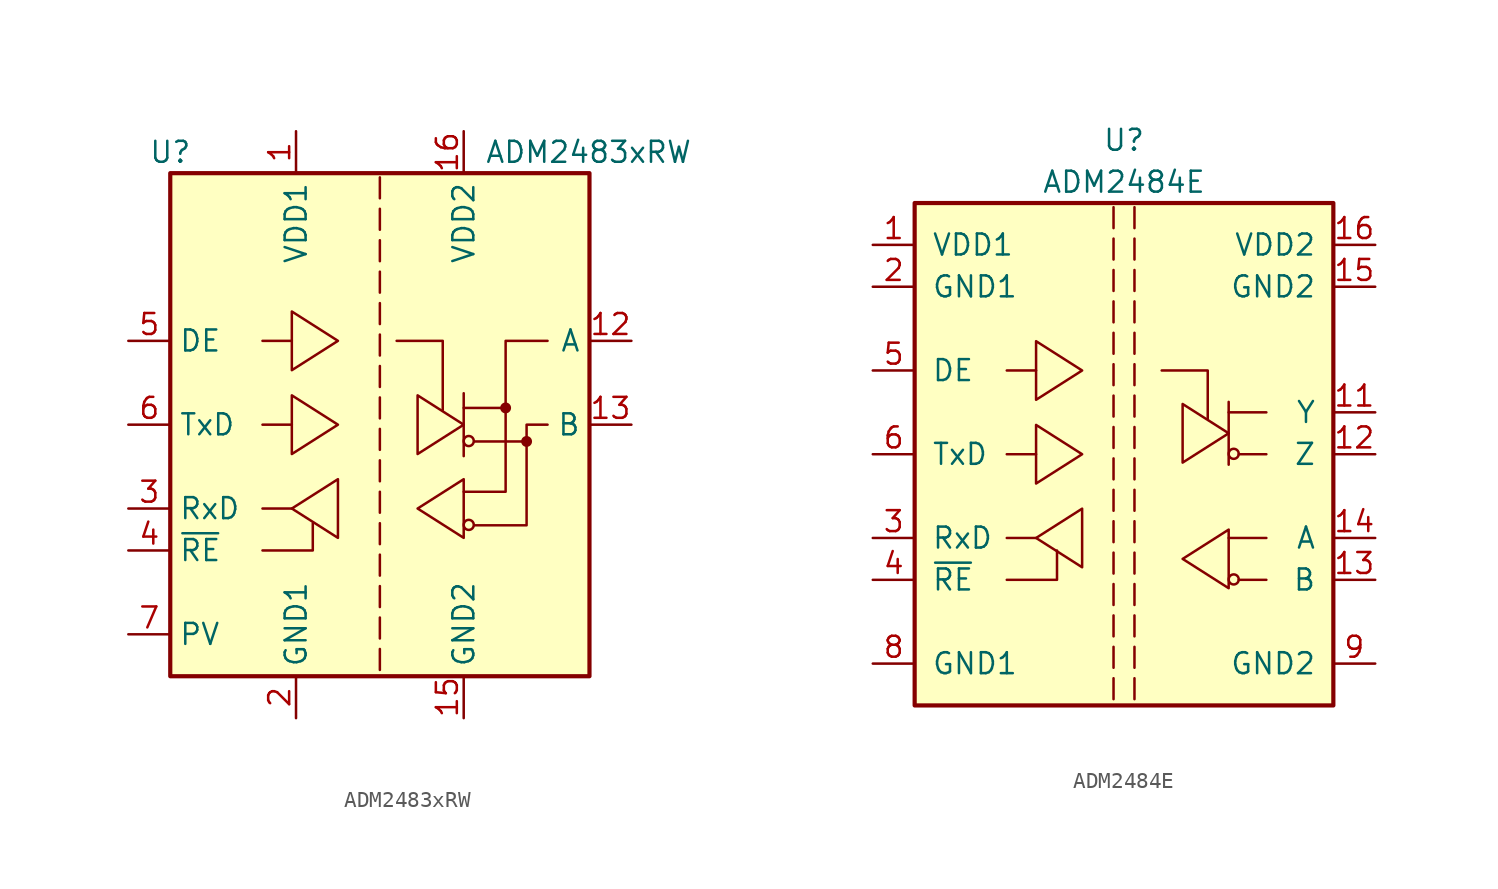
<source format=kicad_sym>
(kicad_symbol_lib
  (version 20220914)
  (generator kicad_symbol_editor)
  (symbol "ADM2483xRW"
    (property "Reference" "U"
      (at -12.7 16.51 0)
      (effects (font (size 1.27 1.27))))
    (property "Value" "ADM2483xRW"
      (at 6.35 16.51 0)
      (effects (font (size 1.27 1.27)) (justify left)))
    (symbol "ADM2483xRW_0_0"
      (polyline (pts (xy 0 -13.589) (xy 0 -14.859)) (stroke (width 0) (type default)) (fill (type none)))
      (polyline (pts (xy 0 -11.684) (xy 0 -12.954)) (stroke (width 0) (type default)) (fill (type none)))
      (polyline (pts (xy 0 -9.779) (xy 0 -11.049)) (stroke (width 0) (type default)) (fill (type none)))
      (polyline (pts (xy 0 -7.874) (xy 0 -9.144)) (stroke (width 0) (type default)) (fill (type none)))
      (polyline (pts (xy 0 -5.969) (xy 0 -7.239)) (stroke (width 0) (type default)) (fill (type none)))
      (polyline (pts (xy 0 -4.064) (xy 0 -5.334)) (stroke (width 0) (type default)) (fill (type none)))
      (polyline (pts (xy 0 -2.159) (xy 0 -3.429)) (stroke (width 0) (type default)) (fill (type none)))
      (polyline (pts (xy 0 -0.254) (xy 0 -1.524)) (stroke (width 0) (type default)) (fill (type none)))
      (polyline (pts (xy 0 1.651) (xy 0 0.381)) (stroke (width 0) (type default)) (fill (type none)))
      (polyline (pts (xy 0 3.556) (xy 0 2.286)) (stroke (width 0) (type default)) (fill (type none)))
      (polyline (pts (xy 0 5.461) (xy 0 4.191)) (stroke (width 0) (type default)) (fill (type none)))
      (polyline (pts (xy 0 7.366) (xy 0 6.096)) (stroke (width 0) (type default)) (fill (type none)))
      (polyline (pts (xy 0 9.271) (xy 0 8.001)) (stroke (width 0) (type default)) (fill (type none)))
      (polyline (pts (xy 0 11.176) (xy 0 9.906)) (stroke (width 0) (type default)) (fill (type none)))
      (polyline (pts (xy 0 13.081) (xy 0 11.811)) (stroke (width 0) (type default)) (fill (type none)))
      (polyline (pts (xy 0 14.986) (xy 0 13.716)) (stroke (width 0) (type default)) (fill (type none))))
    (symbol "ADM2483xRW_0_1"
      (rectangle (start -12.7 15.24) (end 12.7 -15.24) (stroke (width 0.254) (type default)) (fill (type background)))
      (polyline (pts (xy -5.334 -5.08) (xy -7.112 -5.08)) (stroke (width 0) (type default)) (fill (type none)))
      (polyline (pts (xy -5.334 0) (xy -7.112 0)) (stroke (width 0) (type default)) (fill (type none)))
      (polyline (pts (xy -5.334 5.08) (xy -7.112 5.08)) (stroke (width 0) (type default)) (fill (type none)))
      (polyline (pts (xy 5.08 1.016) (xy 7.62 1.016)) (stroke (width 0) (type default)) (fill (type none)))
      (polyline (pts (xy 5.08 1.905) (xy 5.08 -1.905)) (stroke (width 0) (type default)) (fill (type none)))
      (polyline (pts (xy 5.715 -1.016) (xy 8.89 -1.016)) (stroke (width 0) (type default)) (fill (type none)))
      (polyline (pts (xy -7.112 -7.62) (xy -4.064 -7.62) (xy -4.064 -5.969)) (stroke (width 0) (type default)) (fill (type none)))
      (polyline (pts (xy 1.016 5.08) (xy 3.81 5.08) (xy 3.81 0.889)) (stroke (width 0) (type default)) (fill (type none)))
      (polyline (pts (xy -5.334 -5.08) (xy -2.54 -3.302) (xy -2.54 -6.858) (xy -5.334 -5.08)) (stroke (width 0) (type default)) (fill (type none)))
      (polyline (pts (xy -2.54 0) (xy -5.334 1.778) (xy -5.334 -1.778) (xy -2.54 0)) (stroke (width 0) (type default)) (fill (type none)))
      (polyline (pts (xy -2.54 5.08) (xy -5.334 6.858) (xy -5.334 3.302) (xy -2.54 5.08)) (stroke (width 0) (type default)) (fill (type none)))
      (polyline (pts (xy 2.286 -5.08) (xy 5.08 -3.302) (xy 5.08 -6.858) (xy 2.286 -5.08)) (stroke (width 0) (type default)) (fill (type none)))
      (polyline (pts (xy 5.08 -4.064) (xy 7.62 -4.064) (xy 7.62 5.08) (xy 10.16 5.08)) (stroke (width 0) (type default)) (fill (type none)))
      (polyline (pts (xy 5.08 0) (xy 2.286 1.778) (xy 2.286 -1.778) (xy 5.08 0)) (stroke (width 0) (type default)) (fill (type none)))
      (polyline (pts (xy 5.715 -6.096) (xy 8.89 -6.096) (xy 8.89 0) (xy 10.16 0)) (stroke (width 0) (type default)) (fill (type none)))
      (circle (center 5.385 -6.071) (radius 0.305) (stroke (width 0) (type default)) (fill (type none)))
      (circle (center 5.385 -0.991) (radius 0.305) (stroke (width 0) (type default)) (fill (type none)))
      (circle (center 7.62 1.016) (radius 0.254) (stroke (width 0) (type default)) (fill (type outline)))
      (circle (center 8.89 -1.016) (radius 0.254) (stroke (width 0) (type default)) (fill (type outline))))
    (symbol "ADM2483xRW_1_1"
      (pin power_in line (at -5.08 17.78 270) (length 2.54) (name "VDD1" (effects (font (size 1.27 1.27)))) (number "1" (effects (font (size 1.27 1.27)))))
      (pin no_connect line (at 7.62 -15.24 90) (length 2.54) hide (name "NC" (effects (font (size 1.27 1.27)))) (number "10" (effects (font (size 1.27 1.27)))))
      (pin no_connect line (at 12.7 -7.62 180) (length 2.54) hide (name "NC" (effects (font (size 1.27 1.27)))) (number "11" (effects (font (size 1.27 1.27)))))
      (pin bidirectional line (at 15.24 5.08 180) (length 2.54) (name "A" (effects (font (size 1.27 1.27)))) (number "12" (effects (font (size 1.27 1.27)))))
      (pin bidirectional line (at 15.24 0 180) (length 2.54) (name "B" (effects (font (size 1.27 1.27)))) (number "13" (effects (font (size 1.27 1.27)))))
      (pin no_connect line (at 12.7 7.62 180) (length 2.54) hide (name "NC" (effects (font (size 1.27 1.27)))) (number "14" (effects (font (size 1.27 1.27)))))
      (pin power_in line (at 5.08 -17.78 90) (length 2.54) (name "GND2" (effects (font (size 1.27 1.27)))) (number "15" (effects (font (size 1.27 1.27)))))
      (pin power_in line (at 5.08 17.78 270) (length 2.54) (name "VDD2" (effects (font (size 1.27 1.27)))) (number "16" (effects (font (size 1.27 1.27)))))
      (pin power_in line (at -5.08 -17.78 90) (length 2.54) (name "GND1" (effects (font (size 1.27 1.27)))) (number "2" (effects (font (size 1.27 1.27)))))
      (pin output line (at -15.24 -5.08 0) (length 2.54) (name "RxD" (effects (font (size 1.27 1.27)))) (number "3" (effects (font (size 1.27 1.27)))))
      (pin input line (at -15.24 -7.62 0) (length 2.54) (name "~{RE}" (effects (font (size 1.27 1.27)))) (number "4" (effects (font (size 1.27 1.27)))))
      (pin input line (at -15.24 5.08 0) (length 2.54) (name "DE" (effects (font (size 1.27 1.27)))) (number "5" (effects (font (size 1.27 1.27)))))
      (pin input line (at -15.24 0 0) (length 2.54) (name "TxD" (effects (font (size 1.27 1.27)))) (number "6" (effects (font (size 1.27 1.27)))))
      (pin input line (at -15.24 -12.7 0) (length 2.54) (name "PV" (effects (font (size 1.27 1.27)))) (number "7" (effects (font (size 1.27 1.27)))))
      (pin passive line (at -5.08 -17.78 90) (length 2.54) hide (name "GND1" (effects (font (size 1.27 1.27)))) (number "8" (effects (font (size 1.27 1.27)))))
      (pin passive line (at 5.08 -17.78 90) (length 2.54) hide (name "GND2" (effects (font (size 1.27 1.27)))) (number "9" (effects (font (size 1.27 1.27)))))))
  (symbol "ADM2484E"
    (pin_names
      (offset 1.016))
    (property "Reference" "U"
      (at 0 19.05 0)
      (effects (font (size 1.27 1.27))))
    (property "Value" "ADM2484E"
      (at 0 16.51 0)
      (effects (font (size 1.27 1.27))))
    (symbol "ADM2484E_0_0"
      (polyline (pts (xy -0.635 -13.589) (xy -0.635 -14.859)) (stroke (width 0) (type default)) (fill (type none)))
      (polyline (pts (xy -0.635 -11.684) (xy -0.635 -12.954)) (stroke (width 0) (type default)) (fill (type none)))
      (polyline (pts (xy -0.635 -9.779) (xy -0.635 -11.049)) (stroke (width 0) (type default)) (fill (type none)))
      (polyline (pts (xy -0.635 -7.874) (xy -0.635 -9.144)) (stroke (width 0) (type default)) (fill (type none)))
      (polyline (pts (xy -0.635 -5.969) (xy -0.635 -7.239)) (stroke (width 0) (type default)) (fill (type none)))
      (polyline (pts (xy -0.635 -4.064) (xy -0.635 -5.334)) (stroke (width 0) (type default)) (fill (type none)))
      (polyline (pts (xy -0.635 -2.159) (xy -0.635 -3.429)) (stroke (width 0) (type default)) (fill (type none)))
      (polyline (pts (xy -0.635 -0.254) (xy -0.635 -1.524)) (stroke (width 0) (type default)) (fill (type none)))
      (polyline (pts (xy -0.635 1.651) (xy -0.635 0.381)) (stroke (width 0) (type default)) (fill (type none)))
      (polyline (pts (xy -0.635 3.556) (xy -0.635 2.286)) (stroke (width 0) (type default)) (fill (type none)))
      (polyline (pts (xy -0.635 5.461) (xy -0.635 4.191)) (stroke (width 0) (type default)) (fill (type none)))
      (polyline (pts (xy -0.635 7.366) (xy -0.635 6.096)) (stroke (width 0) (type default)) (fill (type none)))
      (polyline (pts (xy -0.635 9.271) (xy -0.635 8.001)) (stroke (width 0) (type default)) (fill (type none)))
      (polyline (pts (xy -0.635 11.176) (xy -0.635 9.906)) (stroke (width 0) (type default)) (fill (type none)))
      (polyline (pts (xy -0.635 13.081) (xy -0.635 11.811)) (stroke (width 0) (type default)) (fill (type none)))
      (polyline (pts (xy -0.635 14.986) (xy -0.635 13.716)) (stroke (width 0) (type default)) (fill (type none)))
      (polyline (pts (xy 0.635 -13.589) (xy 0.635 -14.859)) (stroke (width 0) (type default)) (fill (type none)))
      (polyline (pts (xy 0.635 -11.684) (xy 0.635 -12.954)) (stroke (width 0) (type default)) (fill (type none)))
      (polyline (pts (xy 0.635 -9.779) (xy 0.635 -11.049)) (stroke (width 0) (type default)) (fill (type none)))
      (polyline (pts (xy 0.635 -7.874) (xy 0.635 -9.144)) (stroke (width 0) (type default)) (fill (type none)))
      (polyline (pts (xy 0.635 -5.969) (xy 0.635 -7.239)) (stroke (width 0) (type default)) (fill (type none)))
      (polyline (pts (xy 0.635 -4.064) (xy 0.635 -5.334)) (stroke (width 0) (type default)) (fill (type none)))
      (polyline (pts (xy 0.635 -2.159) (xy 0.635 -3.429)) (stroke (width 0) (type default)) (fill (type none)))
      (polyline (pts (xy 0.635 -0.254) (xy 0.635 -1.524)) (stroke (width 0) (type default)) (fill (type none)))
      (polyline (pts (xy 0.635 1.651) (xy 0.635 0.381)) (stroke (width 0) (type default)) (fill (type none)))
      (polyline (pts (xy 0.635 3.556) (xy 0.635 2.286)) (stroke (width 0) (type default)) (fill (type none)))
      (polyline (pts (xy 0.635 5.461) (xy 0.635 4.191)) (stroke (width 0) (type default)) (fill (type none)))
      (polyline (pts (xy 0.635 7.366) (xy 0.635 6.096)) (stroke (width 0) (type default)) (fill (type none)))
      (polyline (pts (xy 0.635 9.271) (xy 0.635 8.001)) (stroke (width 0) (type default)) (fill (type none)))
      (polyline (pts (xy 0.635 11.176) (xy 0.635 9.906)) (stroke (width 0) (type default)) (fill (type none)))
      (polyline (pts (xy 0.635 13.081) (xy 0.635 11.811)) (stroke (width 0) (type default)) (fill (type none)))
      (polyline (pts (xy 0.635 14.986) (xy 0.635 13.716)) (stroke (width 0) (type default)) (fill (type none))))
    (symbol "ADM2484E_0_1"
      (rectangle (start -12.7 15.24) (end 12.7 -15.24) (stroke (width 0.254) (type default)) (fill (type background)))
      (polyline (pts (xy -5.334 -5.08) (xy -7.112 -5.08)) (stroke (width 0) (type default)) (fill (type none)))
      (polyline (pts (xy -5.334 0) (xy -7.112 0)) (stroke (width 0) (type default)) (fill (type none)))
      (polyline (pts (xy -5.334 5.08) (xy -7.112 5.08)) (stroke (width 0) (type default)) (fill (type none)))
      (polyline (pts (xy 6.35 -5.08) (xy 8.636 -5.08)) (stroke (width 0) (type default)) (fill (type none)))
      (polyline (pts (xy 6.35 2.54) (xy 8.636 2.54)) (stroke (width 0) (type default)) (fill (type none)))
      (polyline (pts (xy 6.35 3.175) (xy 6.35 -0.635)) (stroke (width 0) (type default)) (fill (type none)))
      (polyline (pts (xy 6.96 -7.62) (xy 8.636 -7.62)) (stroke (width 0) (type default)) (fill (type none)))
      (polyline (pts (xy 6.96 0) (xy 8.636 0)) (stroke (width 0) (type default)) (fill (type none)))
      (polyline (pts (xy -7.112 -7.62) (xy -4.064 -7.62) (xy -4.064 -5.842)) (stroke (width 0) (type default)) (fill (type none)))
      (polyline (pts (xy 2.286 5.08) (xy 5.08 5.08) (xy 5.08 2.159)) (stroke (width 0) (type default)) (fill (type none)))
      (polyline (pts (xy -5.334 -5.08) (xy -2.54 -3.302) (xy -2.54 -6.858) (xy -5.334 -5.08)) (stroke (width 0) (type default)) (fill (type none)))
      (polyline (pts (xy -2.54 0) (xy -5.334 1.778) (xy -5.334 -1.778) (xy -2.54 0)) (stroke (width 0) (type default)) (fill (type none)))
      (polyline (pts (xy -2.54 5.08) (xy -5.334 6.858) (xy -5.334 3.302) (xy -2.54 5.08)) (stroke (width 0) (type default)) (fill (type none)))
      (polyline (pts (xy 3.556 -6.35) (xy 6.35 -4.572) (xy 6.35 -8.128) (xy 3.556 -6.35)) (stroke (width 0) (type default)) (fill (type none)))
      (polyline (pts (xy 6.35 1.27) (xy 3.556 3.048) (xy 3.556 -0.508) (xy 6.35 1.27)) (stroke (width 0) (type default)) (fill (type none)))
      (circle (center 6.655 -7.595) (radius 0.305) (stroke (width 0) (type default)) (fill (type none)))
      (circle (center 6.655 0.025) (radius 0.305) (stroke (width 0) (type default)) (fill (type none))))
    (symbol "ADM2484E_1_1"
      (pin power_in line (at -15.24 12.7 0) (length 2.54) (name "VDD1" (effects (font (size 1.27 1.27)))) (number "1" (effects (font (size 1.27 1.27)))))
      (pin no_connect line (at 12.7 -10.16 180) (length 2.54) hide (name "NC" (effects (font (size 1.27 1.27)))) (number "10" (effects (font (size 1.27 1.27)))))
      (pin output line (at 15.24 2.54 180) (length 2.54) (name "Y" (effects (font (size 1.27 1.27)))) (number "11" (effects (font (size 1.27 1.27)))))
      (pin output line (at 15.24 0 180) (length 2.54) (name "Z" (effects (font (size 1.27 1.27)))) (number "12" (effects (font (size 1.27 1.27)))))
      (pin input line (at 15.24 -7.62 180) (length 2.54) (name "B" (effects (font (size 1.27 1.27)))) (number "13" (effects (font (size 1.27 1.27)))))
      (pin input line (at 15.24 -5.08 180) (length 2.54) (name "A" (effects (font (size 1.27 1.27)))) (number "14" (effects (font (size 1.27 1.27)))))
      (pin power_in line (at 15.24 10.16 180) (length 2.54) (name "GND2" (effects (font (size 1.27 1.27)))) (number "15" (effects (font (size 1.27 1.27)))))
      (pin power_in line (at 15.24 12.7 180) (length 2.54) (name "VDD2" (effects (font (size 1.27 1.27)))) (number "16" (effects (font (size 1.27 1.27)))))
      (pin power_in line (at -15.24 10.16 0) (length 2.54) (name "GND1" (effects (font (size 1.27 1.27)))) (number "2" (effects (font (size 1.27 1.27)))))
      (pin output line (at -15.24 -5.08 0) (length 2.54) (name "RxD" (effects (font (size 1.27 1.27)))) (number "3" (effects (font (size 1.27 1.27)))))
      (pin input line (at -15.24 -7.62 0) (length 2.54) (name "~{RE}" (effects (font (size 1.27 1.27)))) (number "4" (effects (font (size 1.27 1.27)))))
      (pin input line (at -15.24 5.08 0) (length 2.54) (name "DE" (effects (font (size 1.27 1.27)))) (number "5" (effects (font (size 1.27 1.27)))))
      (pin input line (at -15.24 0 0) (length 2.54) (name "TxD" (effects (font (size 1.27 1.27)))) (number "6" (effects (font (size 1.27 1.27)))))
      (pin no_connect line (at -12.7 -10.16 0) (length 2.54) hide (name "NC" (effects (font (size 1.27 1.27)))) (number "7" (effects (font (size 1.27 1.27)))))
      (pin power_in line (at -15.24 -12.7 0) (length 2.54) (name "GND1" (effects (font (size 1.27 1.27)))) (number "8" (effects (font (size 1.27 1.27)))))
      (pin power_in line (at 15.24 -12.7 180) (length 2.54) (name "GND2" (effects (font (size 1.27 1.27)))) (number "9" (effects (font (size 1.27 1.27))))))))
</source>
